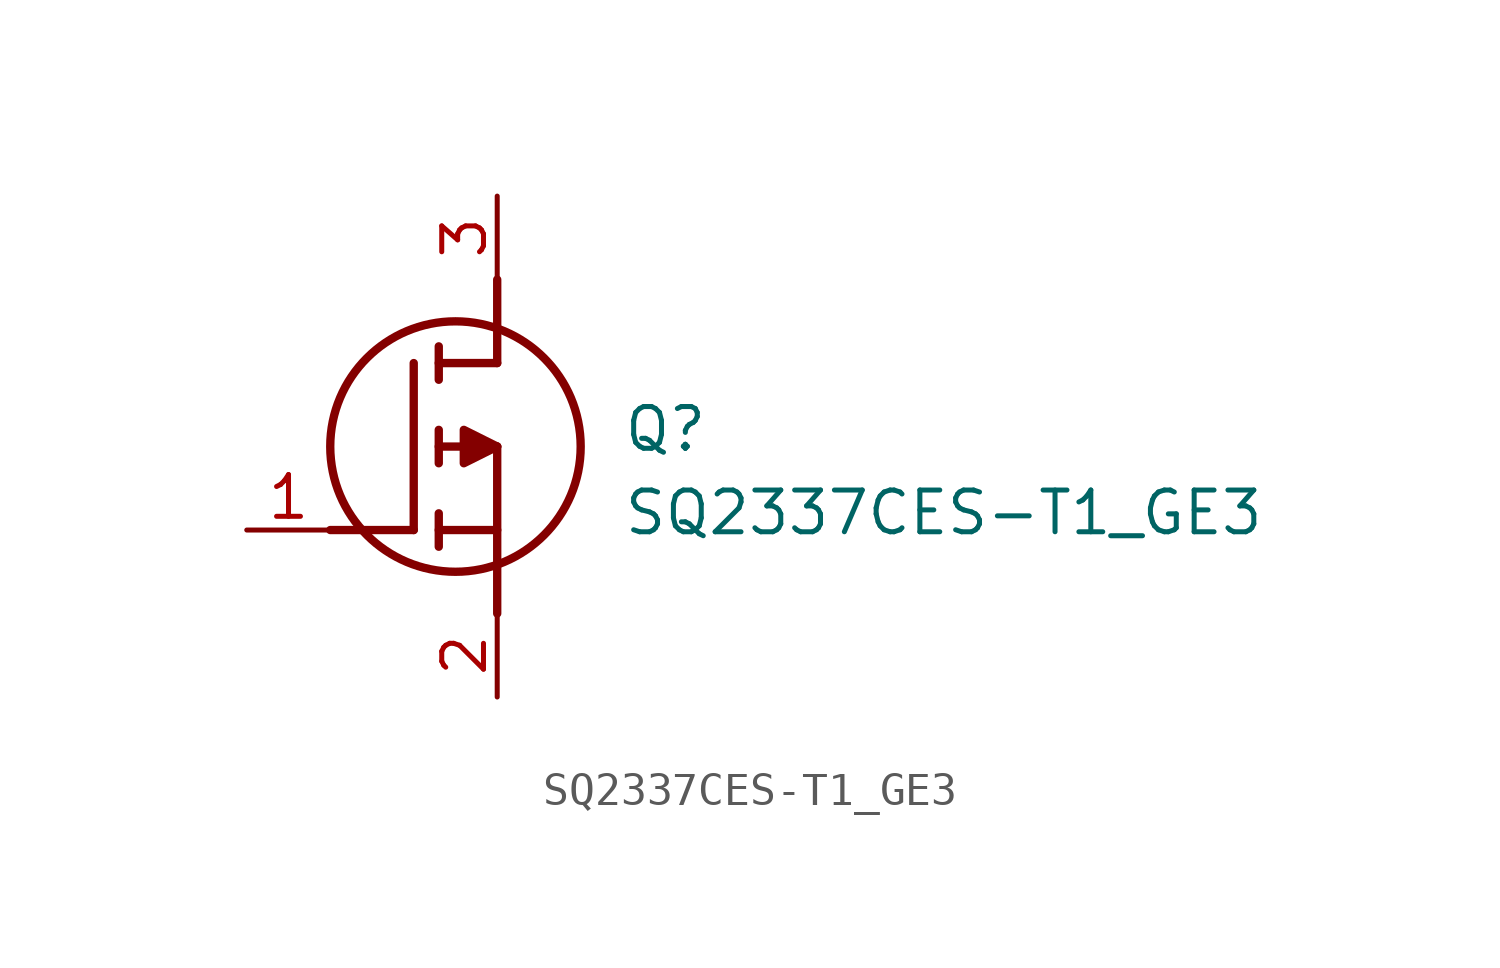
<source format=kicad_sym>
(kicad_symbol_lib
  (version 20211014)
  (generator SamacSys_ECAD_Model)
  (symbol "SQ2337CES-T1_GE3"
    (pin_names hide)
    (property "Reference" "Q"
      (at 11.43 3.81 0)
      (effects (font (size 1.27 1.27)) (justify left top)))
    (property "Value" "SQ2337CES-T1_GE3"
      (at 11.43 1.27 0)
      (effects (font (size 1.27 1.27)) (justify left top)))
    (polyline
      (pts (xy 7.62 2.54) (xy 7.62 -2.54))
      (stroke (width 0.254) (type default))
      (fill (type none)))
    (polyline
      (pts (xy 7.62 5.08) (xy 7.62 7.62))
      (stroke (width 0.254) (type default))
      (fill (type none)))
    (polyline
      (pts (xy 2.54 0) (xy 5.08 0))
      (stroke (width 0.254) (type default))
      (fill (type none)))
    (polyline
      (pts (xy 5.08 5.08) (xy 5.08 0))
      (stroke (width 0.254) (type default))
      (fill (type none)))
    (polyline
      (pts (xy 7.62 2.54) (xy 5.842 2.54))
      (stroke (width 0.254) (type default))
      (fill (type none)))
    (polyline
      (pts (xy 7.62 5.08) (xy 5.842 5.08))
      (stroke (width 0.254) (type default))
      (fill (type none)))
    (polyline
      (pts (xy 5.842 0) (xy 7.62 0))
      (stroke (width 0.254) (type default))
      (fill (type none)))
    (polyline
      (pts (xy 5.842 5.588) (xy 5.842 4.572))
      (stroke (width 0.254) (type default))
      (fill (type none)))
    (polyline
      (pts (xy 5.842 -0.508) (xy 5.842 0.508))
      (stroke (width 0.254) (type default))
      (fill (type none)))
    (polyline
      (pts (xy 5.842 2.032) (xy 5.842 3.048))
      (stroke (width 0.254) (type default))
      (fill (type none)))
    (circle
      (center 6.35 2.54)
      (radius 3.81)
      (stroke (width 0.254) (type default))
      (fill (type none)))
    (polyline
      (pts (xy 7.62 2.54) (xy 6.604 3.048) (xy 6.604 2.032) (xy 7.62 2.54))
      (stroke (width 0.254) (type default))
      (fill (type outline)))
    (pin passive line
      (at 0 0 0)
      (length 2.54)
      (name "G" (effects (font (size 1.27 1.27))))
      (number "1" (effects (font (size 1.27 1.27)))))
    (pin passive line
      (at 7.62 10.16 270)
      (length 2.54)
      (name "D" (effects (font (size 1.27 1.27))))
      (number "3" (effects (font (size 1.27 1.27)))))
    (pin passive line
      (at 7.62 -5.08 90)
      (length 2.54)
      (name "S" (effects (font (size 1.27 1.27))))
      (number "2" (effects (font (size 1.27 1.27)))))))
</source>
